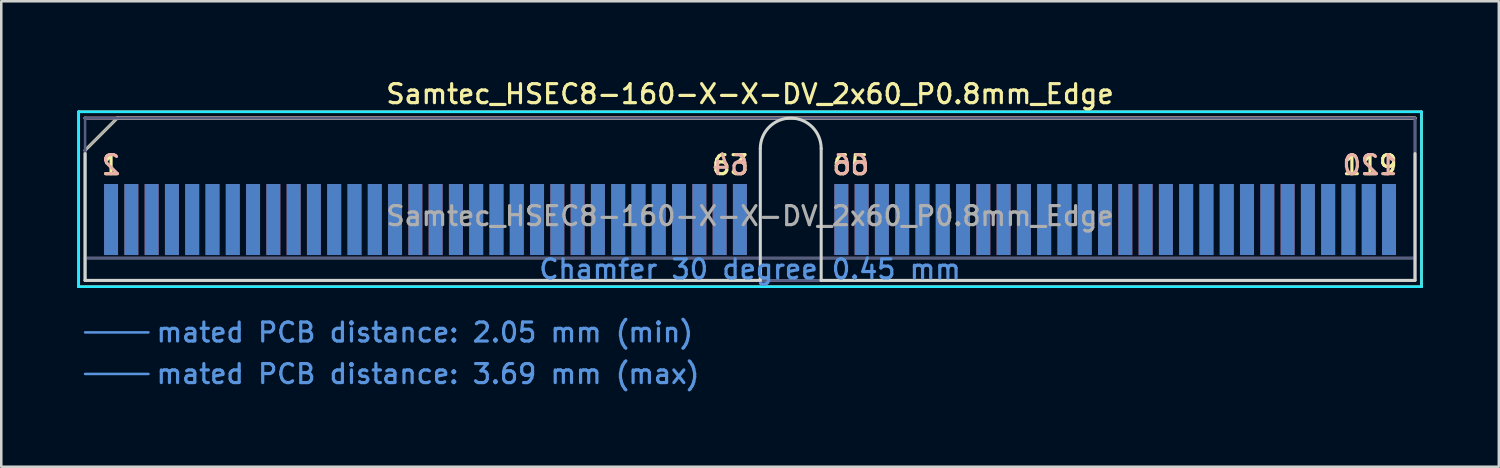
<source format=kicad_pcb>
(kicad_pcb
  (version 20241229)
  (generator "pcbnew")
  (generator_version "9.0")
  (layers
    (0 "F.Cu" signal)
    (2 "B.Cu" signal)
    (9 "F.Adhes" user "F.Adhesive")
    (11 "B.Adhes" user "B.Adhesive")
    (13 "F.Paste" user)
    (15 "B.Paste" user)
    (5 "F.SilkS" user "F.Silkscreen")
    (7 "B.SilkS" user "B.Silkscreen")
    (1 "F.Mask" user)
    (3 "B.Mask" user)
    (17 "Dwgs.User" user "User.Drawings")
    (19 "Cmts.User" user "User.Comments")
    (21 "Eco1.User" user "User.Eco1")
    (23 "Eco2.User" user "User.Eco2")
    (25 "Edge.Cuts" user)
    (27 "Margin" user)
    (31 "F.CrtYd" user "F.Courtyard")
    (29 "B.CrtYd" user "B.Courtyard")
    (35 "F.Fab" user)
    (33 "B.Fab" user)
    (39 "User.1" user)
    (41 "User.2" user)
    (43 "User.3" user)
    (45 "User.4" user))
  (footprint "Samtec_HSEC8-160-X-X-DV_2x60_P0.8mm_Edge"
    (layer "F.Cu")
    (at 26.53 8.008)
    (property "Reference" "Samtec_HSEC8-160-X-X-DV_2x60_P0.8mm_Edge" (at 0 -7.35 0) (layer "F.SilkS") (effects (font (size 0.75 0.75) (thickness 0.125))))
    (attr exclude_from_pos_files exclude_from_bom)
    (fp_line (start -26.48 -6.65) (end -26.48 0.25) (stroke (width 0.1) (type solid)) (layer "F.SilkS"))
    (fp_line (start -26.48 0.25) (end 26.48 0.25) (stroke (width 0.1) (type solid)) (layer "F.SilkS"))
    (fp_line (start -26.225 -5.13) (end -24.955 -6.4) (stroke (width 0.12) (type solid)) (layer "F.SilkS"))
    (fp_line (start -24.955 -6.4) (end 26.225 -6.4) (stroke (width 0.12) (type solid)) (layer "F.SilkS"))
    (fp_line (start 26.48 -6.65) (end -26.48 -6.65) (stroke (width 0.1) (type solid)) (layer "F.SilkS"))
    (fp_line (start 26.48 0.25) (end 26.48 -6.65) (stroke (width 0.1) (type solid)) (layer "F.SilkS"))
    (fp_line (start -26.225 -6.4) (end -26.225 -6.4) (stroke (width 0.12) (type solid)) (layer "B.SilkS"))
    (fp_line (start -26.225 -6.4) (end 26.225 -6.4) (stroke (width 0.12) (type solid)) (layer "B.SilkS"))
    (fp_line (start -26.225 2.05) (end -23.725 2.05) (stroke (width 0.1) (type solid)) (layer "Cmts.User"))
    (fp_line (start -26.225 3.69) (end -23.725 3.69) (stroke (width 0.1) (type solid)) (layer "Cmts.User"))
    (fp_line (start -26.225 -5) (end -26.225 0) (stroke (width 0.12) (type solid)) (layer "Edge.Cuts"))
    (fp_line (start -26.225 0) (end 0.405 0) (stroke (width 0.12) (type solid)) (layer "Edge.Cuts"))
    (fp_line (start 0.405 0) (end 0.405 -5.2) (stroke (width 0.12) (type solid)) (layer "Edge.Cuts"))
    (fp_line (start 2.805 -5.2) (end 2.805 0) (stroke (width 0.12) (type solid)) (layer "Edge.Cuts"))
    (fp_line (start 2.805 0) (end 26.225 0) (stroke (width 0.12) (type solid)) (layer "Edge.Cuts"))
    (fp_line (start 26.225 0) (end 26.225 -5) (stroke (width 0.12) (type solid)) (layer "Edge.Cuts"))
    (fp_arc (start 0.405 -5.2) (mid 1.605 -6.4) (end 2.805 -5.2) (stroke (width 0.12) (type solid)) (layer "Edge.Cuts"))
    (fp_line (start -26.48 -6.65) (end -26.48 0.25) (stroke (width 0.1) (type solid)) (layer "B.CrtYd"))
    (fp_line (start -26.48 0.25) (end 26.48 0.25) (stroke (width 0.1) (type solid)) (layer "B.CrtYd"))
    (fp_line (start 26.48 -6.65) (end -26.48 -6.65) (stroke (width 0.1) (type solid)) (layer "B.CrtYd"))
    (fp_line (start 26.48 0.25) (end 26.48 -6.65) (stroke (width 0.1) (type solid)) (layer "B.CrtYd"))
    (fp_line (start -26.225 -6.4) (end -26.225 -6.4) (stroke (width 0.1) (type solid)) (layer "B.Fab"))
    (fp_line (start -26.225 -6.4) (end -26.225 0) (stroke (width 0.1) (type solid)) (layer "B.Fab"))
    (fp_line (start -26.225 -6.4) (end 26.225 -6.4) (stroke (width 0.1) (type solid)) (layer "B.Fab"))
    (fp_line (start -26.225 -0.88) (end 26.225 -0.88) (stroke (width 0.1) (type solid)) (layer "B.Fab"))
    (fp_line (start -26.225 0) (end 26.225 0) (stroke (width 0.1) (type solid)) (layer "B.Fab"))
    (fp_line (start 26.225 -6.4) (end 26.225 0) (stroke (width 0.1) (type solid)) (layer "B.Fab"))
    (fp_line (start -26.225 -5.13) (end -26.225 0) (stroke (width 0.1) (type solid)) (layer "F.Fab"))
    (fp_line (start -26.225 -5.13) (end -24.955 -6.4) (stroke (width 0.1) (type solid)) (layer "F.Fab"))
    (fp_line (start -26.225 -0.88) (end 26.225 -0.88) (stroke (width 0.1) (type solid)) (layer "F.Fab"))
    (fp_line (start -26.225 0) (end 26.225 0) (stroke (width 0.1) (type solid)) (layer "F.Fab"))
    (fp_line (start -24.955 -6.4) (end 26.225 -6.4) (stroke (width 0.1) (type solid)) (layer "F.Fab"))
    (fp_line (start 26.225 -6.4) (end 26.225 0) (stroke (width 0.1) (type solid)) (layer "F.Fab"))
    (fp_text user "65" (at 3.975 -4.55 0) (layer "F.SilkS") (effects (font (size 0.75 0.75) (thickness 0.125))))
    (fp_text user "119" (at 24.45 -4.55 0) (layer "F.SilkS") (effects (font (size 0.75 0.75) (thickness 0.125))))
    (fp_text user "1" (at -25.2 -4.55 0) (layer "F.SilkS") (effects (font (size 0.75 0.75) (thickness 0.125))))
    (fp_text user "63" (at -0.775 -4.55 0) (layer "F.SilkS") (effects (font (size 0.75 0.75) (thickness 0.125))))
    (fp_text user "2" (at -25.2 -4.55 0) (layer "B.SilkS") (effects (font (size 0.75 0.75) (thickness 0.125)) (justify mirror)))
    (fp_text user "120" (at 24.45 -4.55 0) (layer "B.SilkS") (effects (font (size 0.75 0.75) (thickness 0.125)) (justify mirror)))
    (fp_text user "66" (at 3.975 -4.55 0) (layer "B.SilkS") (effects (font (size 0.75 0.75) (thickness 0.125)) (justify mirror)))
    (fp_text user "64" (at -0.775 -4.55 0) (layer "B.SilkS") (effects (font (size 0.75 0.75) (thickness 0.125)) (justify mirror)))
    (fp_text user "Chamfer 30 degree 0.45 mm" (at 0 -0.44 0) (layer "Cmts.User") (effects (font (size 0.75 0.75) (thickness 0.125))))
    (fp_text user "mated PCB distance: 3.69 mm (max)" (at -23.48 3.69 0) (layer "Cmts.User") (effects (font (size 0.75 0.75) (thickness 0.125)) (justify left)))
    (fp_text user "mated PCB distance: 2.05 mm (min)" (at -23.48 2.05 0) (layer "Cmts.User") (effects (font (size 0.75 0.75) (thickness 0.125)) (justify left)))
    (fp_text user "${REFERENCE}" (at 0 -2.54 0) (layer "F.Fab") (effects (font (size 0.75 0.75) (thickness 0.125))))
    (pad "1" connect rect (at -25.2 -2.4) (size 0.55 2.8) (layers "F.Cu" "F.Mask"))
    (pad "2" connect rect (at -25.2 -2.4) (size 0.55 2.8) (layers "B.Cu" "B.Mask"))
    (pad "3" connect rect (at -24.4 -2.4) (size 0.55 2.8) (layers "F.Cu" "F.Mask"))
    (pad "4" connect rect (at -24.4 -2.4) (size 0.55 2.8) (layers "B.Cu" "B.Mask"))
    (pad "5" connect rect (at -23.6 -2.4) (size 0.55 2.8) (layers "F.Cu" "F.Mask"))
    (pad "6" connect rect (at -23.6 -2.4) (size 0.55 2.8) (layers "B.Cu" "B.Mask"))
    (pad "7" connect rect (at -22.8 -2.4) (size 0.55 2.8) (layers "F.Cu" "F.Mask"))
    (pad "8" connect rect (at -22.8 -2.4) (size 0.55 2.8) (layers "B.Cu" "B.Mask"))
    (pad "9" connect rect (at -22 -2.4) (size 0.55 2.8) (layers "F.Cu" "F.Mask"))
    (pad "10" connect rect (at -22 -2.4) (size 0.55 2.8) (layers "B.Cu" "B.Mask"))
    (pad "11" connect rect (at -21.2 -2.4) (size 0.55 2.8) (layers "F.Cu" "F.Mask"))
    (pad "12" connect rect (at -21.2 -2.4) (size 0.55 2.8) (layers "B.Cu" "B.Mask"))
    (pad "13" connect rect (at -20.4 -2.4) (size 0.55 2.8) (layers "F.Cu" "F.Mask"))
    (pad "14" connect rect (at -20.4 -2.4) (size 0.55 2.8) (layers "B.Cu" "B.Mask"))
    (pad "15" connect rect (at -19.6 -2.4) (size 0.55 2.8) (layers "F.Cu" "F.Mask"))
    (pad "16" connect rect (at -19.6 -2.4) (size 0.55 2.8) (layers "B.Cu" "B.Mask"))
    (pad "17" connect rect (at -18.8 -2.4) (size 0.55 2.8) (layers "F.Cu" "F.Mask"))
    (pad "18" connect rect (at -18.8 -2.4) (size 0.55 2.8) (layers "B.Cu" "B.Mask"))
    (pad "19" connect rect (at -18 -2.4) (size 0.55 2.8) (layers "F.Cu" "F.Mask"))
    (pad "20" connect rect (at -18 -2.4) (size 0.55 2.8) (layers "B.Cu" "B.Mask"))
    (pad "21" connect rect (at -17.2 -2.4) (size 0.55 2.8) (layers "F.Cu" "F.Mask"))
    (pad "22" connect rect (at -17.2 -2.4) (size 0.55 2.8) (layers "B.Cu" "B.Mask"))
    (pad "23" connect rect (at -16.4 -2.4) (size 0.55 2.8) (layers "F.Cu" "F.Mask"))
    (pad "24" connect rect (at -16.4 -2.4) (size 0.55 2.8) (layers "B.Cu" "B.Mask"))
    (pad "25" connect rect (at -15.6 -2.4) (size 0.55 2.8) (layers "F.Cu" "F.Mask"))
    (pad "26" connect rect (at -15.6 -2.4) (size 0.55 2.8) (layers "B.Cu" "B.Mask"))
    (pad "27" connect rect (at -14.8 -2.4) (size 0.55 2.8) (layers "F.Cu" "F.Mask"))
    (pad "28" connect rect (at -14.8 -2.4) (size 0.55 2.8) (layers "B.Cu" "B.Mask"))
    (pad "29" connect rect (at -14 -2.4) (size 0.55 2.8) (layers "F.Cu" "F.Mask"))
    (pad "30" connect rect (at -14 -2.4) (size 0.55 2.8) (layers "B.Cu" "B.Mask"))
    (pad "31" connect rect (at -13.2 -2.4) (size 0.55 2.8) (layers "F.Cu" "F.Mask"))
    (pad "32" connect rect (at -13.2 -2.4) (size 0.55 2.8) (layers "B.Cu" "B.Mask"))
    (pad "33" connect rect (at -12.4 -2.4) (size 0.55 2.8) (layers "F.Cu" "F.Mask"))
    (pad "34" connect rect (at -12.4 -2.4) (size 0.55 2.8) (layers "B.Cu" "B.Mask"))
    (pad "35" connect rect (at -11.6 -2.4) (size 0.55 2.8) (layers "F.Cu" "F.Mask"))
    (pad "36" connect rect (at -11.6 -2.4) (size 0.55 2.8) (layers "B.Cu" "B.Mask"))
    (pad "37" connect rect (at -10.8 -2.4) (size 0.55 2.8) (layers "F.Cu" "F.Mask"))
    (pad "38" connect rect (at -10.8 -2.4) (size 0.55 2.8) (layers "B.Cu" "B.Mask"))
    (pad "39" connect rect (at -10 -2.4) (size 0.55 2.8) (layers "F.Cu" "F.Mask"))
    (pad "40" connect rect (at -10 -2.4) (size 0.55 2.8) (layers "B.Cu" "B.Mask"))
    (pad "41" connect rect (at -9.2 -2.4) (size 0.55 2.8) (layers "F.Cu" "F.Mask"))
    (pad "42" connect rect (at -9.2 -2.4) (size 0.55 2.8) (layers "B.Cu" "B.Mask"))
    (pad "43" connect rect (at -8.4 -2.4) (size 0.55 2.8) (layers "F.Cu" "F.Mask"))
    (pad "44" connect rect (at -8.4 -2.4) (size 0.55 2.8) (layers "B.Cu" "B.Mask"))
    (pad "45" connect rect (at -7.6 -2.4) (size 0.55 2.8) (layers "F.Cu" "F.Mask"))
    (pad "46" connect rect (at -7.6 -2.4) (size 0.55 2.8) (layers "B.Cu" "B.Mask"))
    (pad "47" connect rect (at -6.8 -2.4) (size 0.55 2.8) (layers "F.Cu" "F.Mask"))
    (pad "48" connect rect (at -6.8 -2.4) (size 0.55 2.8) (layers "B.Cu" "B.Mask"))
    (pad "49" connect rect (at -6 -2.4) (size 0.55 2.8) (layers "F.Cu" "F.Mask"))
    (pad "50" connect rect (at -6 -2.4) (size 0.55 2.8) (layers "B.Cu" "B.Mask"))
    (pad "51" connect rect (at -5.2 -2.4) (size 0.55 2.8) (layers "F.Cu" "F.Mask"))
    (pad "52" connect rect (at -5.2 -2.4) (size 0.55 2.8) (layers "B.Cu" "B.Mask"))
    (pad "53" connect rect (at -4.4 -2.4) (size 0.55 2.8) (layers "F.Cu" "F.Mask"))
    (pad "54" connect rect (at -4.4 -2.4) (size 0.55 2.8) (layers "B.Cu" "B.Mask"))
    (pad "55" connect rect (at -3.6 -2.4) (size 0.55 2.8) (layers "F.Cu" "F.Mask"))
    (pad "56" connect rect (at -3.6 -2.4) (size 0.55 2.8) (layers "B.Cu" "B.Mask"))
    (pad "57" connect rect (at -2.8 -2.4) (size 0.55 2.8) (layers "F.Cu" "F.Mask"))
    (pad "58" connect rect (at -2.8 -2.4) (size 0.55 2.8) (layers "B.Cu" "B.Mask"))
    (pad "59" connect rect (at -2 -2.4) (size 0.55 2.8) (layers "F.Cu" "F.Mask"))
    (pad "60" connect rect (at -2 -2.4) (size 0.55 2.8) (layers "B.Cu" "B.Mask"))
    (pad "61" connect rect (at -1.2 -2.4) (size 0.55 2.8) (layers "F.Cu" "F.Mask"))
    (pad "62" connect rect (at -1.2 -2.4) (size 0.55 2.8) (layers "B.Cu" "B.Mask"))
    (pad "63" connect rect (at -0.4 -2.4) (size 0.55 2.8) (layers "F.Cu" "F.Mask"))
    (pad "64" connect rect (at -0.4 -2.4) (size 0.55 2.8) (layers "B.Cu" "B.Mask"))
    (pad "65" connect rect (at 3.6 -2.4) (size 0.55 2.8) (layers "F.Cu" "F.Mask"))
    (pad "66" connect rect (at 3.6 -2.4) (size 0.55 2.8) (layers "B.Cu" "B.Mask"))
    (pad "67" connect rect (at 4.4 -2.4) (size 0.55 2.8) (layers "F.Cu" "F.Mask"))
    (pad "68" connect rect (at 4.4 -2.4) (size 0.55 2.8) (layers "B.Cu" "B.Mask"))
    (pad "69" connect rect (at 5.2 -2.4) (size 0.55 2.8) (layers "F.Cu" "F.Mask"))
    (pad "70" connect rect (at 5.2 -2.4) (size 0.55 2.8) (layers "B.Cu" "B.Mask"))
    (pad "71" connect rect (at 6 -2.4) (size 0.55 2.8) (layers "F.Cu" "F.Mask"))
    (pad "72" connect rect (at 6 -2.4) (size 0.55 2.8) (layers "B.Cu" "B.Mask"))
    (pad "73" connect rect (at 6.8 -2.4) (size 0.55 2.8) (layers "F.Cu" "F.Mask"))
    (pad "74" connect rect (at 6.8 -2.4) (size 0.55 2.8) (layers "B.Cu" "B.Mask"))
    (pad "75" connect rect (at 7.6 -2.4) (size 0.55 2.8) (layers "F.Cu" "F.Mask"))
    (pad "76" connect rect (at 7.6 -2.4) (size 0.55 2.8) (layers "B.Cu" "B.Mask"))
    (pad "77" connect rect (at 8.4 -2.4) (size 0.55 2.8) (layers "F.Cu" "F.Mask"))
    (pad "78" connect rect (at 8.4 -2.4) (size 0.55 2.8) (layers "B.Cu" "B.Mask"))
    (pad "79" connect rect (at 9.2 -2.4) (size 0.55 2.8) (layers "F.Cu" "F.Mask"))
    (pad "80" connect rect (at 9.2 -2.4) (size 0.55 2.8) (layers "B.Cu" "B.Mask"))
    (pad "81" connect rect (at 10 -2.4) (size 0.55 2.8) (layers "F.Cu" "F.Mask"))
    (pad "82" connect rect (at 10 -2.4) (size 0.55 2.8) (layers "B.Cu" "B.Mask"))
    (pad "83" connect rect (at 10.8 -2.4) (size 0.55 2.8) (layers "F.Cu" "F.Mask"))
    (pad "84" connect rect (at 10.8 -2.4) (size 0.55 2.8) (layers "B.Cu" "B.Mask"))
    (pad "85" connect rect (at 11.6 -2.4) (size 0.55 2.8) (layers "F.Cu" "F.Mask"))
    (pad "86" connect rect (at 11.6 -2.4) (size 0.55 2.8) (layers "B.Cu" "B.Mask"))
    (pad "87" connect rect (at 12.4 -2.4) (size 0.55 2.8) (layers "F.Cu" "F.Mask"))
    (pad "88" connect rect (at 12.4 -2.4) (size 0.55 2.8) (layers "B.Cu" "B.Mask"))
    (pad "89" connect rect (at 13.2 -2.4) (size 0.55 2.8) (layers "F.Cu" "F.Mask"))
    (pad "90" connect rect (at 13.2 -2.4) (size 0.55 2.8) (layers "B.Cu" "B.Mask"))
    (pad "91" connect rect (at 14 -2.4) (size 0.55 2.8) (layers "F.Cu" "F.Mask"))
    (pad "92" connect rect (at 14 -2.4) (size 0.55 2.8) (layers "B.Cu" "B.Mask"))
    (pad "93" connect rect (at 14.8 -2.4) (size 0.55 2.8) (layers "F.Cu" "F.Mask"))
    (pad "94" connect rect (at 14.8 -2.4) (size 0.55 2.8) (layers "B.Cu" "B.Mask"))
    (pad "95" connect rect (at 15.6 -2.4) (size 0.55 2.8) (layers "F.Cu" "F.Mask"))
    (pad "96" connect rect (at 15.6 -2.4) (size 0.55 2.8) (layers "B.Cu" "B.Mask"))
    (pad "97" connect rect (at 16.4 -2.4) (size 0.55 2.8) (layers "F.Cu" "F.Mask"))
    (pad "98" connect rect (at 16.4 -2.4) (size 0.55 2.8) (layers "B.Cu" "B.Mask"))
    (pad "99" connect rect (at 17.2 -2.4) (size 0.55 2.8) (layers "F.Cu" "F.Mask"))
    (pad "100" connect rect (at 17.2 -2.4) (size 0.55 2.8) (layers "B.Cu" "B.Mask"))
    (pad "101" connect rect (at 18 -2.4) (size 0.55 2.8) (layers "F.Cu" "F.Mask"))
    (pad "102" connect rect (at 18 -2.4) (size 0.55 2.8) (layers "B.Cu" "B.Mask"))
    (pad "103" connect rect (at 18.8 -2.4) (size 0.55 2.8) (layers "F.Cu" "F.Mask"))
    (pad "104" connect rect (at 18.8 -2.4) (size 0.55 2.8) (layers "B.Cu" "B.Mask"))
    (pad "105" connect rect (at 19.6 -2.4) (size 0.55 2.8) (layers "F.Cu" "F.Mask"))
    (pad "106" connect rect (at 19.6 -2.4) (size 0.55 2.8) (layers "B.Cu" "B.Mask"))
    (pad "107" connect rect (at 20.4 -2.4) (size 0.55 2.8) (layers "F.Cu" "F.Mask"))
    (pad "108" connect rect (at 20.4 -2.4) (size 0.55 2.8) (layers "B.Cu" "B.Mask"))
    (pad "109" connect rect (at 21.2 -2.4) (size 0.55 2.8) (layers "F.Cu" "F.Mask"))
    (pad "110" connect rect (at 21.2 -2.4) (size 0.55 2.8) (layers "B.Cu" "B.Mask"))
    (pad "111" connect rect (at 22 -2.4) (size 0.55 2.8) (layers "F.Cu" "F.Mask"))
    (pad "112" connect rect (at 22 -2.4) (size 0.55 2.8) (layers "B.Cu" "B.Mask"))
    (pad "113" connect rect (at 22.8 -2.4) (size 0.55 2.8) (layers "F.Cu" "F.Mask"))
    (pad "114" connect rect (at 22.8 -2.4) (size 0.55 2.8) (layers "B.Cu" "B.Mask"))
    (pad "115" connect rect (at 23.6 -2.4) (size 0.55 2.8) (layers "F.Cu" "F.Mask"))
    (pad "116" connect rect (at 23.6 -2.4) (size 0.55 2.8) (layers "B.Cu" "B.Mask"))
    (pad "117" connect rect (at 24.4 -2.4) (size 0.55 2.8) (layers "F.Cu" "F.Mask"))
    (pad "118" connect rect (at 24.4 -2.4) (size 0.55 2.8) (layers "B.Cu" "B.Mask"))
    (pad "119" connect rect (at 25.2 -2.4) (size 0.55 2.8) (layers "F.Cu" "F.Mask"))
    (pad "120" connect rect (at 25.2 -2.4) (size 0.55 2.8) (layers "B.Cu" "B.Mask")))
  (gr_rect
    (start -3 -3)
    (end 56.06 15.356)
    (stroke (width 0.1) (type default))
    (fill no)
    (layer "Edge.Cuts")))
</source>
